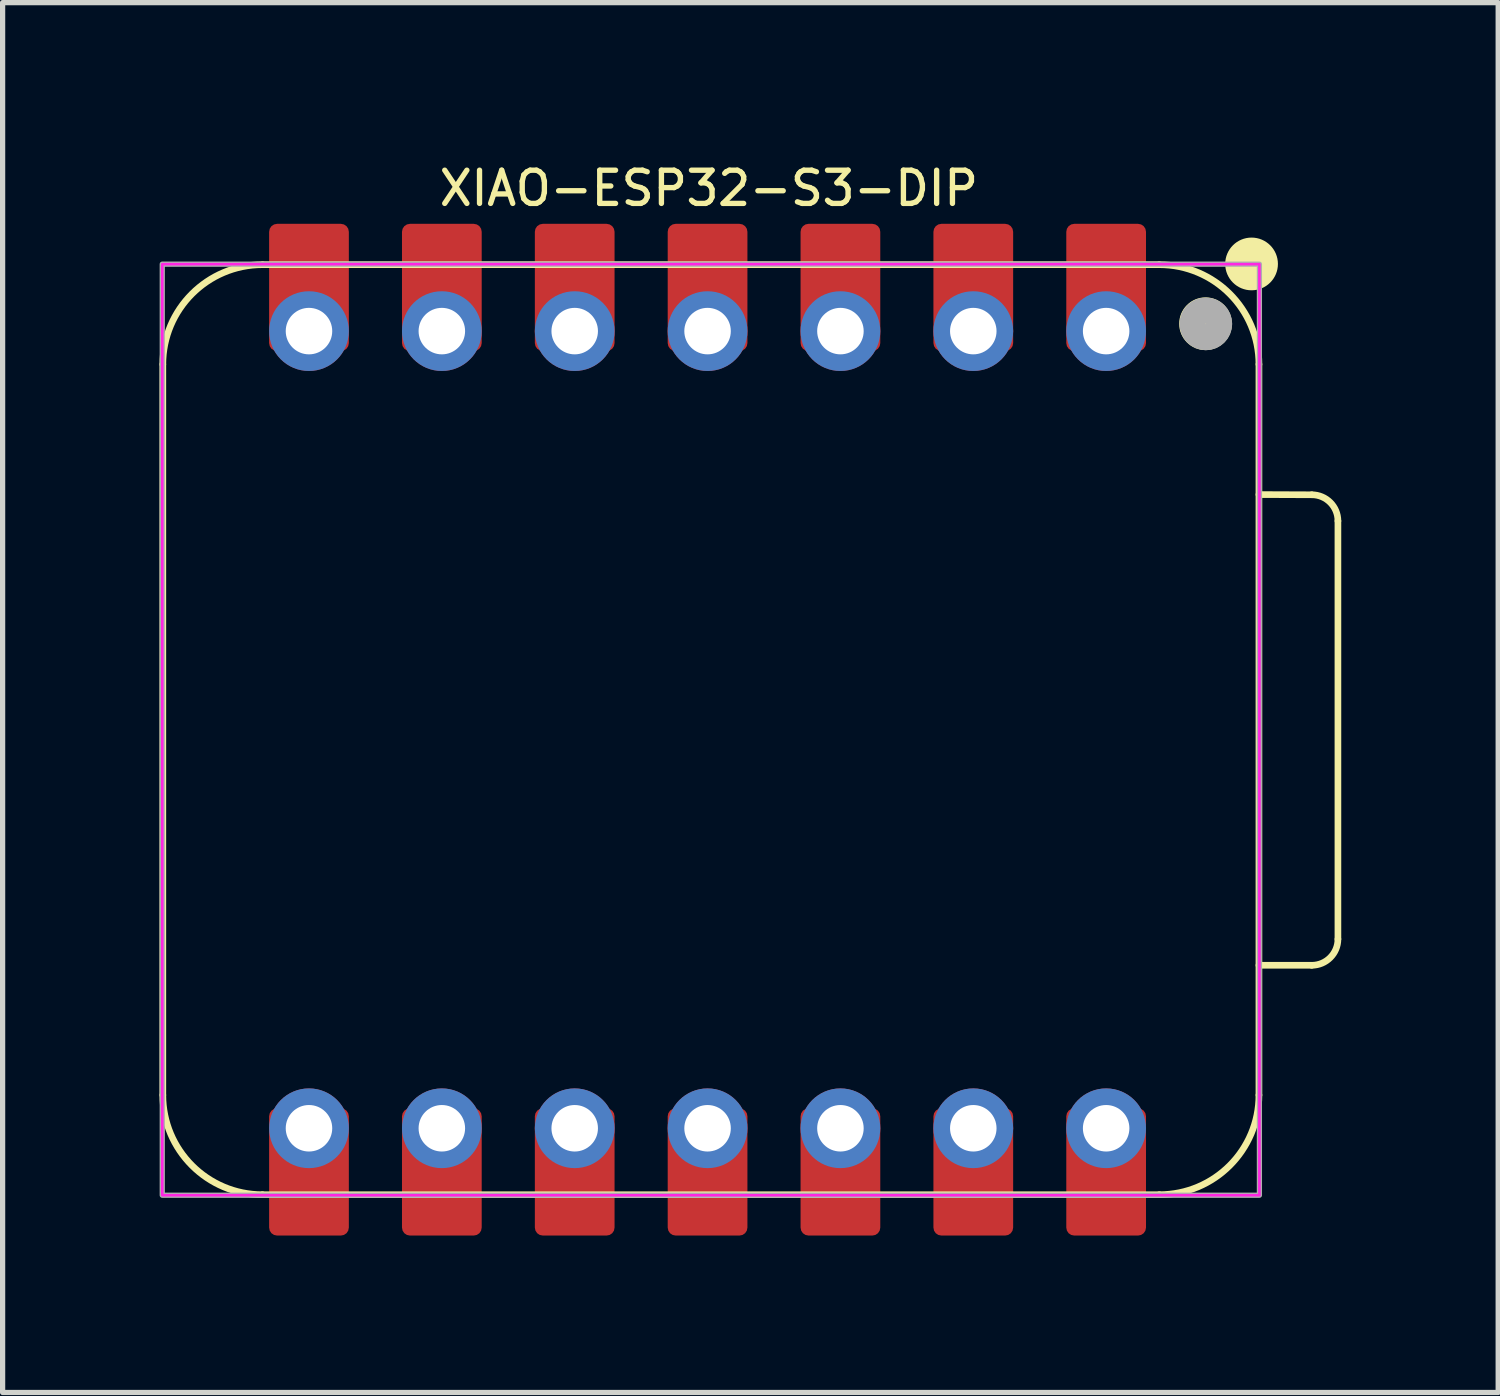
<source format=kicad_pcb>
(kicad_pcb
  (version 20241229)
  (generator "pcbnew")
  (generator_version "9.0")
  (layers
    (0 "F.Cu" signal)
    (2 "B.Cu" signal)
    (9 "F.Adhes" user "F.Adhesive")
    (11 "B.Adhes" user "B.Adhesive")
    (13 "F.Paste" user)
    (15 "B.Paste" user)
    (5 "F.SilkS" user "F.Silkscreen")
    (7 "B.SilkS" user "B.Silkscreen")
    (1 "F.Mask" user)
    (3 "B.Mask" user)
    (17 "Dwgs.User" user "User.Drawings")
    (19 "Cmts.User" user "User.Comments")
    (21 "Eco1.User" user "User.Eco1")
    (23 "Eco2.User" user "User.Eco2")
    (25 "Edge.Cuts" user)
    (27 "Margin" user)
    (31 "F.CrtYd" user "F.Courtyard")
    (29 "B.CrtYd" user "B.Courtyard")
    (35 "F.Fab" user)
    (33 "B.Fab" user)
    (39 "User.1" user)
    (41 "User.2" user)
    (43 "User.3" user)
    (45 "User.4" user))
  (footprint "XIAO-ESP32-S3-DIP"
    (layer "F.Cu")
    (at 10.477 10.9)
    (property "Reference" "XIAO-ESP32-S3-DIP" (at 0.025 -10.35 0) (unlocked yes) (layer "F.SilkS") (effects (font (size 0.635 0.635) (thickness 0.102))))
    (attr smd)
    (fp_line (start -10.414 -6.985) (end -10.414 6.985) (stroke (width 0.127) (type solid)) (layer "F.SilkS"))
    (fp_line (start -8.509 -8.89) (end 8.636 -8.89) (stroke (width 0.127) (type solid)) (layer "F.SilkS"))
    (fp_line (start -8.509 8.89) (end 8.636 8.89) (stroke (width 0.127) (type solid)) (layer "F.SilkS"))
    (fp_line (start 10.541 -4.495) (end 11.551 -4.491) (stroke (width 0.127) (type solid)) (layer "F.SilkS"))
    (fp_line (start 10.541 6.985) (end 10.541 -6.985) (stroke (width 0.1) (type solid)) (layer "F.SilkS"))
    (fp_line (start 10.541 6.985) (end 10.541 -6.985) (stroke (width 0.127) (type solid)) (layer "F.SilkS"))
    (fp_line (start 11.551 4.504) (end 10.541 4.504) (stroke (width 0.127) (type solid)) (layer "F.SilkS"))
    (fp_line (start 12.051 -3.991) (end 12.051 4.004) (stroke (width 0.127) (type solid)) (layer "F.SilkS"))
    (fp_arc (start -10.414 -6.985) (mid -9.856038 -8.332038) (end -8.509 -8.89) (stroke (width 0.127) (type solid)) (layer "F.SilkS"))
    (fp_arc (start -8.509 8.89) (mid -9.856038 8.332038) (end -10.414 6.985) (stroke (width 0.127) (type solid)) (layer "F.SilkS"))
    (fp_arc (start 8.636 -8.89) (mid 9.983038 -8.332038) (end 10.541 -6.985) (stroke (width 0.127) (type solid)) (layer "F.SilkS"))
    (fp_arc (start 10.541 6.985) (mid 9.983038 8.332038) (end 8.636 8.89) (stroke (width 0.127) (type solid)) (layer "F.SilkS"))
    (fp_arc (start 11.551272 -4.491272) (mid 11.904644 -4.344724) (end 12.051 -3.991272) (stroke (width 0.127) (type default)) (layer "F.SilkS"))
    (fp_arc (start 12.051 4.004) (mid 11.904553 4.357553) (end 11.551 4.504) (stroke (width 0.127) (type default)) (layer "F.SilkS"))
    (fp_circle (center 9.52 -7.761) (end 9.774 -7.761) (stroke (width 0.5) (type solid)) (fill yes) (layer "F.SilkS"))
    (fp_circle (center 10.4 -8.904) (end 10.654 -8.904) (stroke (width 0.5) (type solid)) (fill yes) (layer "F.SilkS"))
    (fp_rect (start -10.425 -8.9) (end 10.55 8.9) (stroke (width 0.05) (type default)) (fill no) (layer "F.CrtYd"))
    (fp_rect (start -10.425 -8.9) (end 10.55 8.9) (stroke (width 0.1) (type default)) (fill no) (layer "F.Fab"))
    (fp_circle (center 9.526 -7.758) (end 9.78 -7.758) (stroke (width 0.5) (type solid)) (fill no) (layer "F.Fab"))
    (pad "1" smd roundrect (at 7.62 -8.455 90) (size 2.432 1.524) (layers "F.Cu" "F.Mask") (roundrect_rratio 0.1))
    (pad "1" thru_hole circle (at 7.62 -7.62 90) (size 1.524 1.524) (drill 0.889) (layers "*.Cu" "*.Mask"))
    (pad "2" smd roundrect (at 5.08 -8.455 90) (size 2.432 1.524) (layers "F.Cu" "F.Mask") (roundrect_rratio 0.1))
    (pad "2" thru_hole circle (at 5.08 -7.62 90) (size 1.524 1.524) (drill 0.889) (layers "*.Cu" "*.Mask"))
    (pad "3" smd roundrect (at 2.54 -8.455 90) (size 2.432 1.524) (layers "F.Cu" "F.Mask") (roundrect_rratio 0.1))
    (pad "3" thru_hole circle (at 2.54 -7.62 90) (size 1.524 1.524) (drill 0.889) (layers "*.Cu" "*.Mask"))
    (pad "4" smd roundrect (at 0 -8.455 90) (size 2.432 1.524) (layers "F.Cu" "F.Mask") (roundrect_rratio 0.1))
    (pad "4" thru_hole circle (at 0 -7.62 90) (size 1.524 1.524) (drill 0.889) (layers "*.Cu" "*.Mask"))
    (pad "5" smd roundrect (at -2.54 -8.455 90) (size 2.432 1.524) (layers "F.Cu" "F.Mask") (roundrect_rratio 0.1))
    (pad "5" thru_hole circle (at -2.54 -7.62 90) (size 1.524 1.524) (drill 0.889) (layers "*.Cu" "*.Mask"))
    (pad "6" smd roundrect (at -5.08 -8.455 90) (size 2.432 1.524) (layers "F.Cu" "F.Mask") (roundrect_rratio 0.1))
    (pad "6" thru_hole circle (at -5.08 -7.62 90) (size 1.524 1.524) (drill 0.889) (layers "*.Cu" "*.Mask"))
    (pad "7" smd roundrect (at -7.62 -8.455 90) (size 2.432 1.524) (layers "F.Cu" "F.Mask") (roundrect_rratio 0.1))
    (pad "7" thru_hole circle (at -7.62 -7.62 90) (size 1.524 1.524) (drill 0.889) (layers "*.Cu" "*.Mask"))
    (pad "8" thru_hole circle (at -7.62 7.62 270) (size 1.524 1.524) (drill 0.889) (layers "*.Cu" "*.Mask"))
    (pad "8" smd roundrect (at -7.62 8.455 270) (size 2.432 1.524) (layers "F.Cu" "F.Mask") (roundrect_rratio 0.1))
    (pad "9" thru_hole circle (at -5.08 7.62 270) (size 1.524 1.524) (drill 0.889) (layers "*.Cu" "*.Mask"))
    (pad "9" smd roundrect (at -5.08 8.455 270) (size 2.432 1.524) (layers "F.Cu" "F.Mask") (roundrect_rratio 0.1))
    (pad "10" thru_hole circle (at -2.54 7.62 270) (size 1.524 1.524) (drill 0.889) (layers "*.Cu" "*.Mask"))
    (pad "10" smd roundrect (at -2.54 8.455 270) (size 2.432 1.524) (layers "F.Cu" "F.Mask") (roundrect_rratio 0.1))
    (pad "11" thru_hole circle (at 0 7.62 270) (size 1.524 1.524) (drill 0.889) (layers "*.Cu" "*.Mask"))
    (pad "11" smd roundrect (at 0 8.455 270) (size 2.432 1.524) (layers "F.Cu" "F.Mask") (roundrect_rratio 0.1))
    (pad "12" thru_hole circle (at 2.54 7.62 270) (size 1.524 1.524) (drill 0.889) (layers "*.Cu" "*.Mask"))
    (pad "12" smd roundrect (at 2.54 8.455 270) (size 2.432 1.524) (layers "F.Cu" "F.Mask") (roundrect_rratio 0.1))
    (pad "13" thru_hole circle (at 5.08 7.62 270) (size 1.524 1.524) (drill 0.889) (layers "*.Cu" "*.Mask"))
    (pad "13" smd roundrect (at 5.08 8.455 270) (size 2.432 1.524) (layers "F.Cu" "F.Mask") (roundrect_rratio 0.1))
    (pad "14" thru_hole circle (at 7.62 7.62 270) (size 1.524 1.524) (drill 0.889) (layers "*.Cu" "*.Mask"))
    (pad "14" smd roundrect (at 7.62 8.455 270) (size 2.432 1.524) (layers "F.Cu" "F.Mask") (roundrect_rratio 0.1)))
  (gr_rect
    (start -3 -3)
    (end 25.592 23.571)
    (stroke (width 0.1) (type default))
    (fill no)
    (layer "Edge.Cuts")))
</source>
